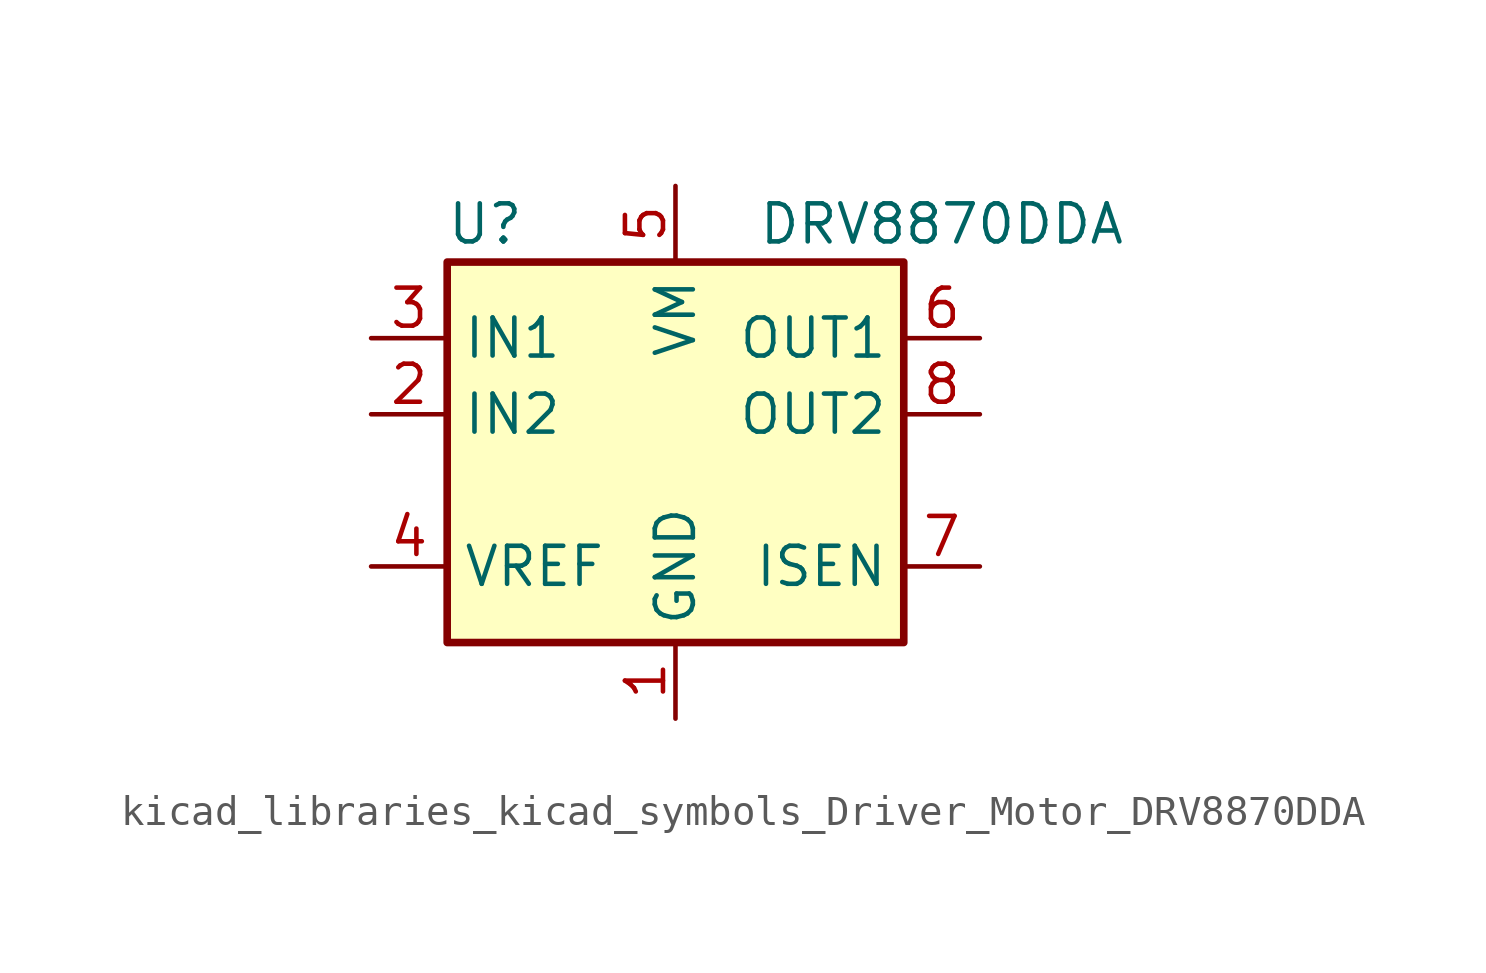
<source format=kicad_sym>
(kicad_symbol_lib
  (version 20220914)
  (generator kicad_symbol_editor)
  (symbol "kicad_libraries_kicad_symbols_Driver_Motor_DRV8870DDA"
    (property "Reference" "U"
      (at -6.35 6.35 0)
      (effects (font (size 1.27 1.27))))
    (property "Value" "DRV8870DDA"
      (at 8.89 6.35 0)
      (effects (font (size 1.27 1.27))))
    (symbol "kicad_libraries_kicad_symbols_Driver_Motor_DRV8870DDA_0_1"
      (rectangle (start -7.62 5.08) (end 7.62 -7.62) (stroke (width 0.254) (type default)) (fill (type background))))
    (symbol "kicad_libraries_kicad_symbols_Driver_Motor_DRV8870DDA_1_1"
      (pin power_in line (at 0 -10.16 90) (length 2.54) (name "GND" (effects (font (size 1.27 1.27)))) (number "1" (effects (font (size 1.27 1.27)))))
      (pin input line (at -10.16 0 0) (length 2.54) (name "IN2" (effects (font (size 1.27 1.27)))) (number "2" (effects (font (size 1.27 1.27)))))
      (pin input line (at -10.16 2.54 0) (length 2.54) (name "IN1" (effects (font (size 1.27 1.27)))) (number "3" (effects (font (size 1.27 1.27)))))
      (pin input line (at -10.16 -5.08 0) (length 2.54) (name "VREF" (effects (font (size 1.27 1.27)))) (number "4" (effects (font (size 1.27 1.27)))))
      (pin power_in line (at 0 7.62 270) (length 2.54) (name "VM" (effects (font (size 1.27 1.27)))) (number "5" (effects (font (size 1.27 1.27)))))
      (pin output line (at 10.16 2.54 180) (length 2.54) (name "OUT1" (effects (font (size 1.27 1.27)))) (number "6" (effects (font (size 1.27 1.27)))))
      (pin passive line (at 10.16 -5.08 180) (length 2.54) (name "ISEN" (effects (font (size 1.27 1.27)))) (number "7" (effects (font (size 1.27 1.27)))))
      (pin output line (at 10.16 0 180) (length 2.54) (name "OUT2" (effects (font (size 1.27 1.27)))) (number "8" (effects (font (size 1.27 1.27)))))
      (pin passive line (at 0 -10.16 90) (length 2.54) hide (name "GND" (effects (font (size 1.27 1.27)))) (number "9" (effects (font (size 1.27 1.27))))))))
</source>
